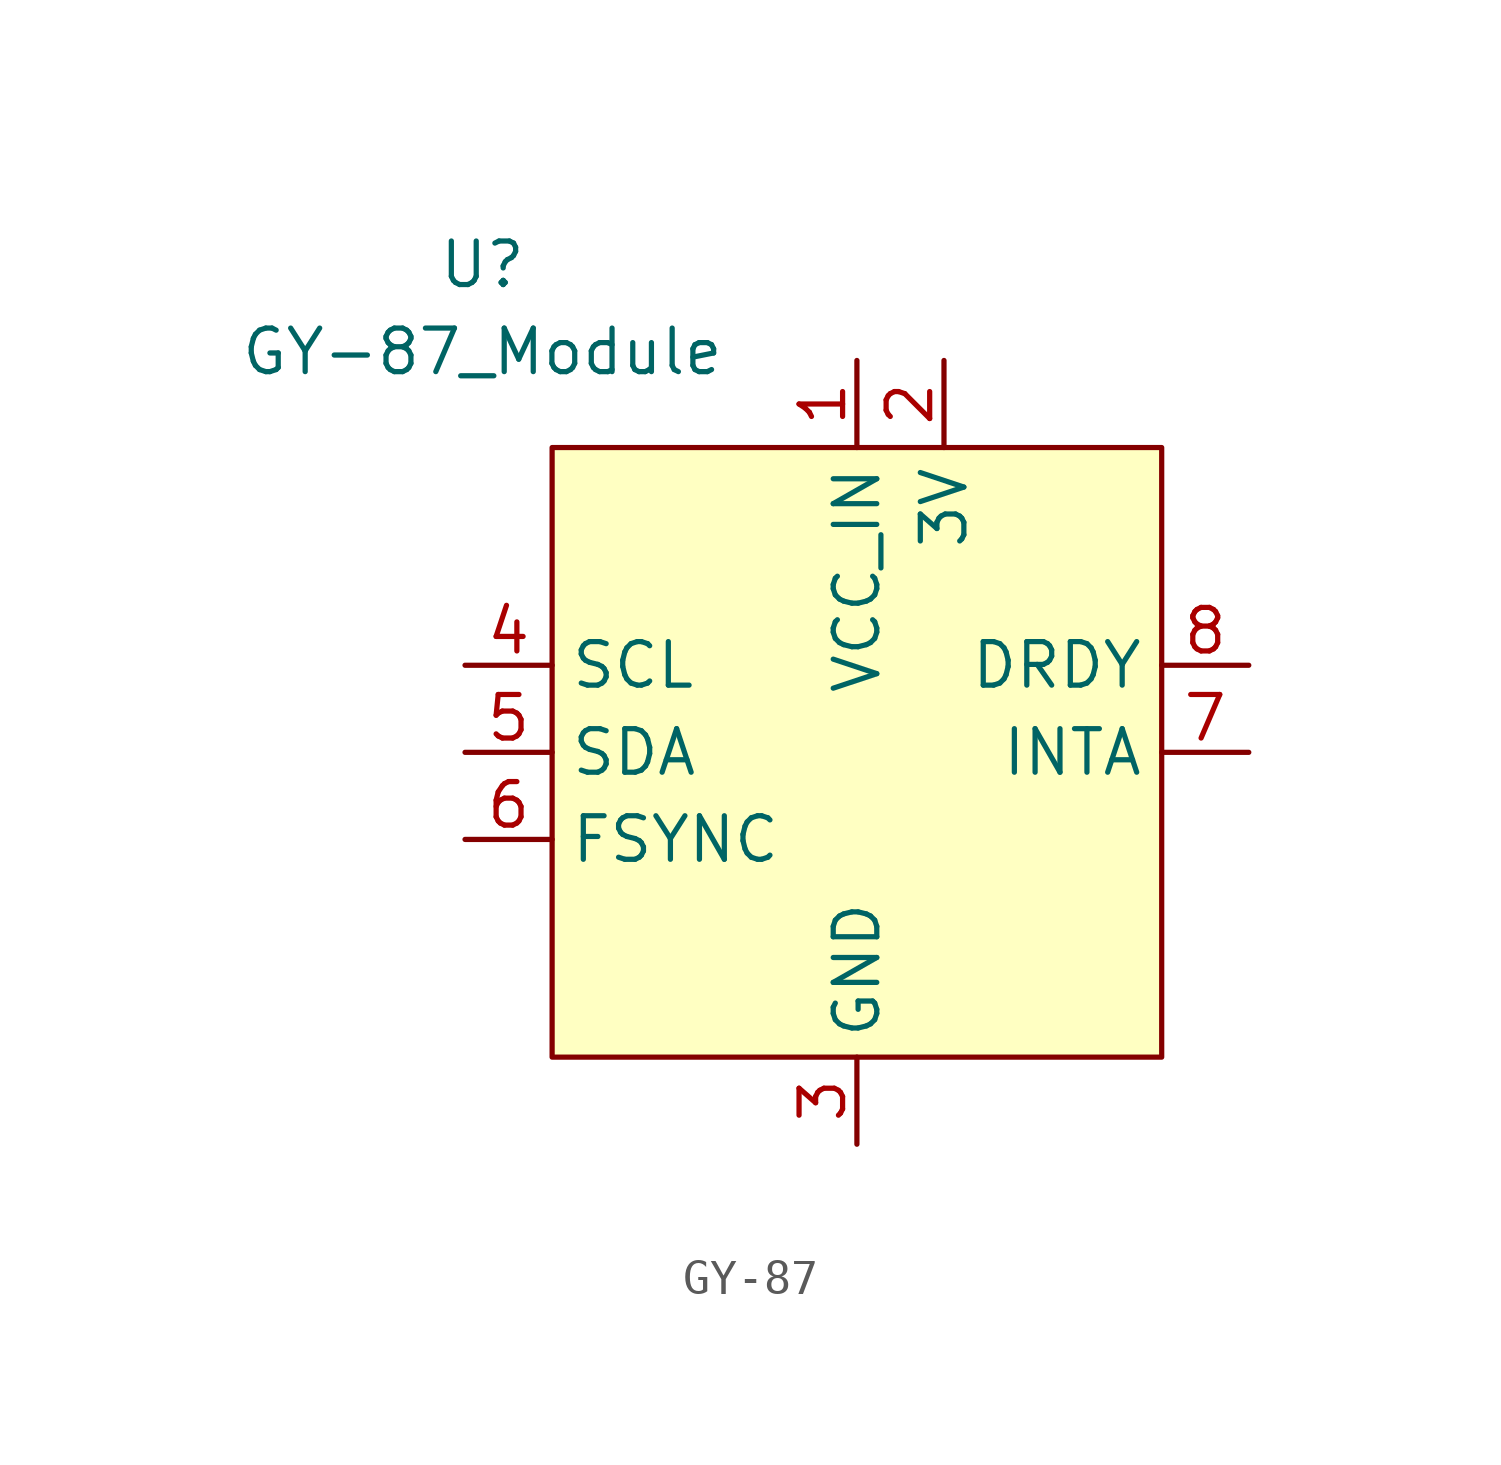
<source format=kicad_sym>
(kicad_symbol_lib
  (version 20241209)
  (generator "kicad_symbol_editor")
  (generator_version "9.0")
  (symbol "GY-87"
    (property "Reference" "U"
      (at -12.192 12.954 0)
      (effects (font (size 1.27 1.27))))
    (property "Value" "GY-87_Module"
      (at -12.192 10.414 0)
      (effects (font (size 1.27 1.27))))
    (symbol "GY-87_1_1"
      (rectangle (start -10.16 7.62) (end 7.62 -10.16) (stroke (width 0) (type solid)) (fill (type background)))
      (pin bidirectional line (at -12.7 1.27 0) (length 2.54) (name "SCL" (effects (font (size 1.27 1.27)))) (number "4" (effects (font (size 1.27 1.27)))))
      (pin bidirectional line (at -12.7 -1.27 0) (length 2.54) (name "SDA" (effects (font (size 1.27 1.27)))) (number "5" (effects (font (size 1.27 1.27)))))
      (pin input line (at -12.7 -3.81 0) (length 2.54) (name "FSYNC" (effects (font (size 1.27 1.27)))) (number "6" (effects (font (size 1.27 1.27)))))
      (pin power_in line (at -1.27 10.16 270) (length 2.54) (name "VCC_IN" (effects (font (size 1.27 1.27)))) (number "1" (effects (font (size 1.27 1.27)))))
      (pin power_in line (at -1.27 -12.7 90) (length 2.54) (name "GND" (effects (font (size 1.27 1.27)))) (number "3" (effects (font (size 1.27 1.27)))))
      (pin power_in line (at 1.27 10.16 270) (length 2.54) (name "3V" (effects (font (size 1.27 1.27)))) (number "2" (effects (font (size 1.27 1.27)))))
      (pin output line (at 10.16 1.27 180) (length 2.54) (name "DRDY" (effects (font (size 1.27 1.27)))) (number "8" (effects (font (size 1.27 1.27)))))
      (pin output line (at 10.16 -1.27 180) (length 2.54) (name "INTA" (effects (font (size 1.27 1.27)))) (number "7" (effects (font (size 1.27 1.27))))))))
</source>
